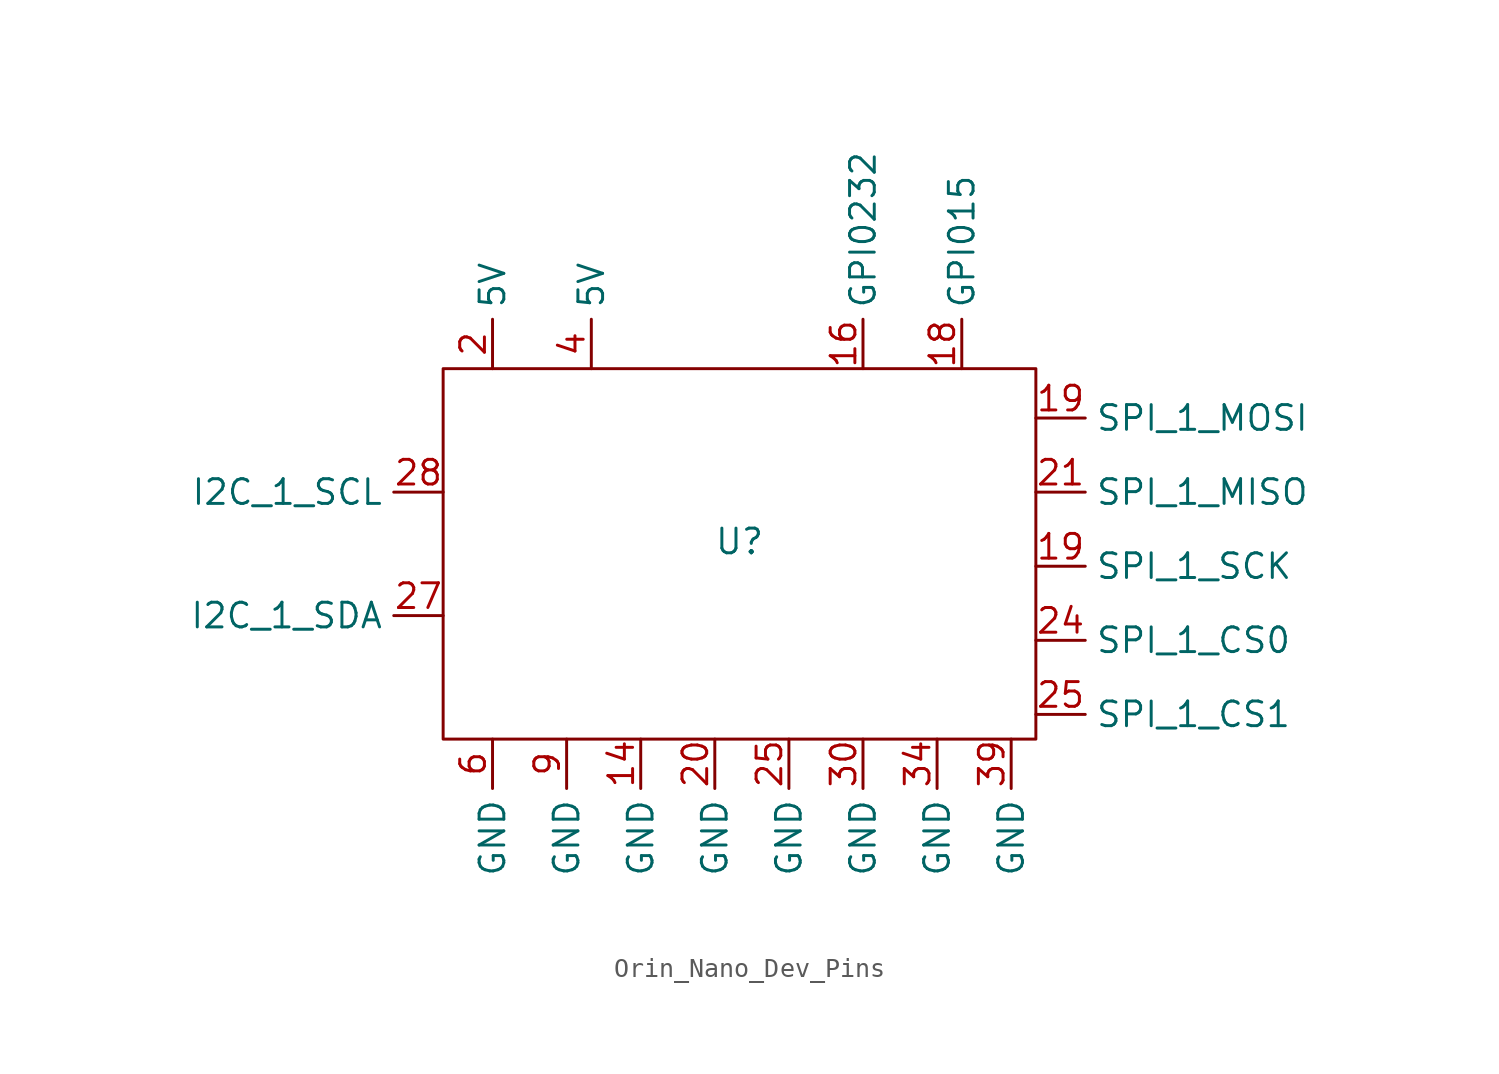
<source format=kicad_sym>
(kicad_symbol_lib
  (version 20231120)
  (generator "kicad_symbol_editor")
  (generator_version "8.0")
  (symbol "Orin_Nano_Dev_Pins"
    (property "Reference" "U"
      (at 0 0 0)
      (effects (font (size 1.27 1.27))))
    (property "Value" ""
      (at 0 0 0)
      (effects (font (size 1.27 1.27))))
    (symbol "Orin_Nano_Dev_Pins_0_1"
      (polyline (pts (xy -15.24 8.89) (xy 15.24 8.89) (xy 15.24 -10.16) (xy -15.24 -10.16) (xy -15.24 8.89)) (stroke (width 0) (type default)) (fill (type none))))
    (symbol "Orin_Nano_Dev_Pins_1_1"
      (pin bidirectional line (at -5.08 -10.16 270) (length 2.54) (name "GND" (effects (font (size 1.27 1.27)))) (number "14" (effects (font (size 1.27 1.27)))))
      (pin output line (at 6.35 8.89 90) (length 2.54) (name "GPI0232" (effects (font (size 1.27 1.27)))) (number "16" (effects (font (size 1.27 1.27)))))
      (pin output line (at 11.43 8.89 90) (length 2.54) (name "GPI015" (effects (font (size 1.27 1.27)))) (number "18" (effects (font (size 1.27 1.27)))))
      (pin bidirectional line (at 15.24 6.35 0) (length 2.54) (name "SPI_1_MOSI" (effects (font (size 1.27 1.27)))) (number "19" (effects (font (size 1.27 1.27)))))
      (pin bidirectional line (at 15.24 -1.27 0) (length 2.54) (name "SPI_1_SCK" (effects (font (size 1.27 1.27)))) (number "19" (effects (font (size 1.27 1.27)))))
      (pin bidirectional line (at -12.7 8.89 90) (length 2.54) (name "5V" (effects (font (size 1.27 1.27)))) (number "2" (effects (font (size 1.27 1.27)))))
      (pin bidirectional line (at -1.27 -10.16 270) (length 2.54) (name "GND" (effects (font (size 1.27 1.27)))) (number "20" (effects (font (size 1.27 1.27)))))
      (pin bidirectional line (at 15.24 2.54 0) (length 2.54) (name "SPI_1_MISO" (effects (font (size 1.27 1.27)))) (number "21" (effects (font (size 1.27 1.27)))))
      (pin bidirectional line (at 15.24 -5.08 0) (length 2.54) (name "SPI_1_CS0" (effects (font (size 1.27 1.27)))) (number "24" (effects (font (size 1.27 1.27)))))
      (pin bidirectional line (at 2.54 -10.16 270) (length 2.54) (name "GND" (effects (font (size 1.27 1.27)))) (number "25" (effects (font (size 1.27 1.27)))))
      (pin bidirectional line (at 15.24 -8.89 0) (length 2.54) (name "SPI_1_CS1" (effects (font (size 1.27 1.27)))) (number "25" (effects (font (size 1.27 1.27)))))
      (pin input line (at -15.24 -3.81 180) (length 2.54) (name "I2C_1_SDA" (effects (font (size 1.27 1.27)))) (number "27" (effects (font (size 1.27 1.27)))))
      (pin output line (at -15.24 2.54 180) (length 2.54) (name "I2C_1_SCL" (effects (font (size 1.27 1.27)))) (number "28" (effects (font (size 1.27 1.27)))))
      (pin bidirectional line (at 6.35 -10.16 270) (length 2.54) (name "GND" (effects (font (size 1.27 1.27)))) (number "30" (effects (font (size 1.27 1.27)))))
      (pin bidirectional line (at 10.16 -10.16 270) (length 2.54) (name "GND" (effects (font (size 1.27 1.27)))) (number "34" (effects (font (size 1.27 1.27)))))
      (pin bidirectional line (at 13.97 -10.16 270) (length 2.54) (name "GND" (effects (font (size 1.27 1.27)))) (number "39" (effects (font (size 1.27 1.27)))))
      (pin bidirectional line (at -7.62 8.89 90) (length 2.54) (name "5V" (effects (font (size 1.27 1.27)))) (number "4" (effects (font (size 1.27 1.27)))))
      (pin bidirectional line (at -12.7 -10.16 270) (length 2.54) (name "GND" (effects (font (size 1.27 1.27)))) (number "6" (effects (font (size 1.27 1.27)))))
      (pin bidirectional line (at -8.89 -10.16 270) (length 2.54) (name "GND" (effects (font (size 1.27 1.27)))) (number "9" (effects (font (size 1.27 1.27))))))))
</source>
